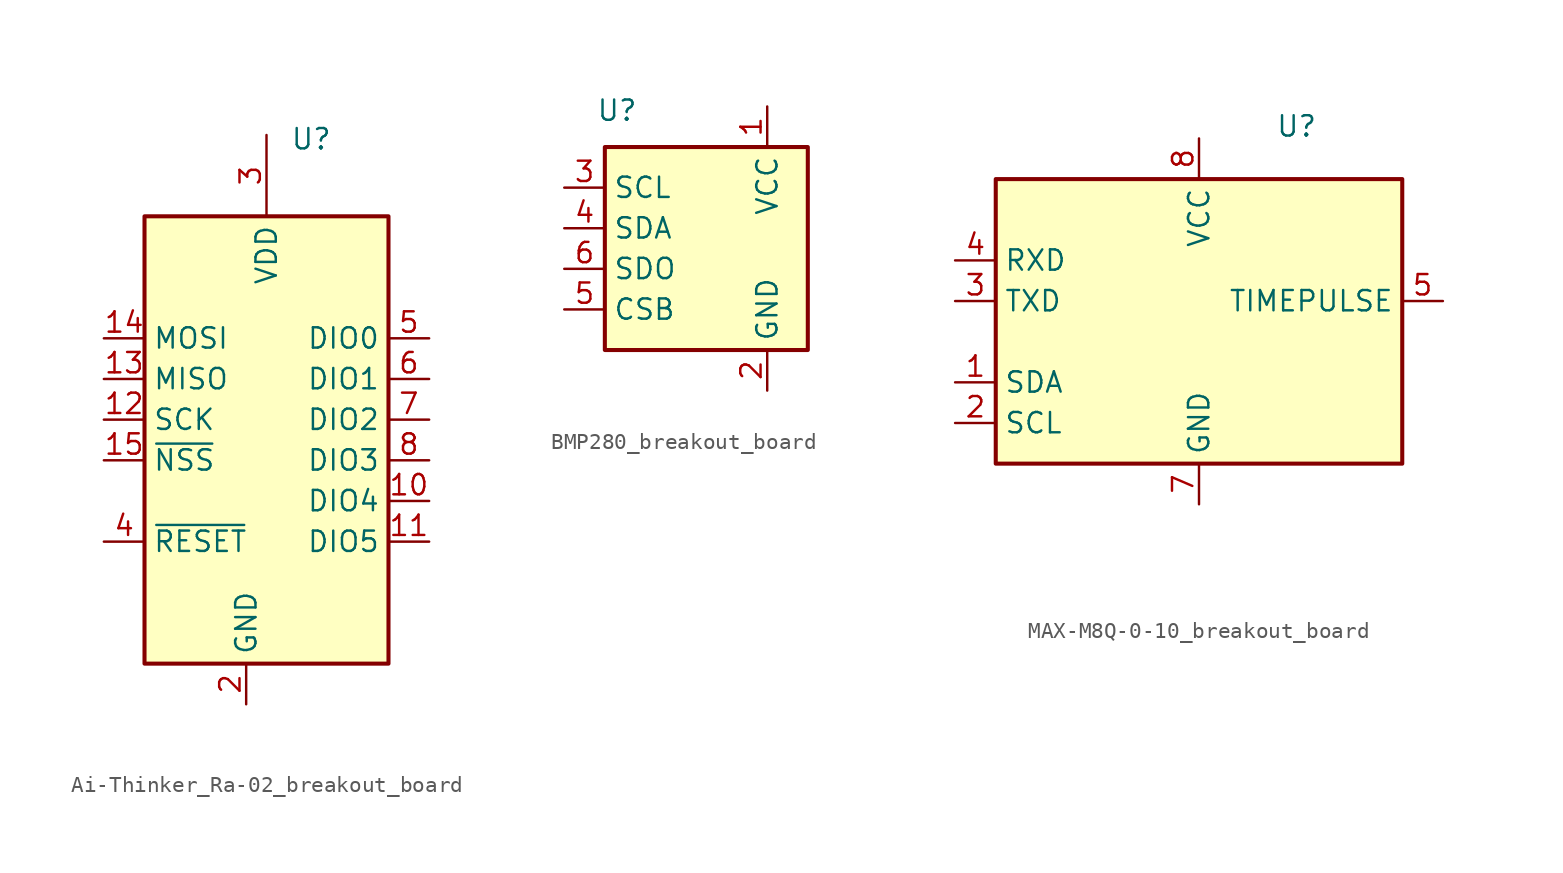
<source format=kicad_sym>
(kicad_symbol_lib
  (version 20231120)
  (generator "kicad_symbol_editor")
  (generator_version "8.0")
  (symbol "Ai-Thinker_Ra-02_breakout_board"
    (property "Reference" "U"
      (at 2.794 17.526 0)
      (effects (font (size 1.27 1.27))))
    (property "Value" ""
      (at -8.89 15.24 0)
      (effects (font (size 1.27 1.27))))
    (symbol "Ai-Thinker_Ra-02_breakout_board_0_1"
      (rectangle (start -7.62 12.7) (end 7.62 -15.24) (stroke (width 0.254) (type default)) (fill (type background))))
    (symbol "Ai-Thinker_Ra-02_breakout_board_1_1"
      (pin passive line (at -3.81 -17.78 90) (length 2.54) hide (name "GND" (effects (font (size 1.27 1.27)))) (number "1" (effects (font (size 1.27 1.27)))))
      (pin bidirectional line (at 10.16 -5.08 180) (length 2.54) (name "DIO4" (effects (font (size 1.27 1.27)))) (number "10" (effects (font (size 1.27 1.27)))))
      (pin bidirectional line (at 10.16 -7.62 180) (length 2.54) (name "DIO5" (effects (font (size 1.27 1.27)))) (number "11" (effects (font (size 1.27 1.27)))))
      (pin input line (at -10.16 0 0) (length 2.54) (name "SCK" (effects (font (size 1.27 1.27)))) (number "12" (effects (font (size 1.27 1.27)))))
      (pin output line (at -10.16 2.54 0) (length 2.54) (name "MISO" (effects (font (size 1.27 1.27)))) (number "13" (effects (font (size 1.27 1.27)))))
      (pin input line (at -10.16 5.08 0) (length 2.54) (name "MOSI" (effects (font (size 1.27 1.27)))) (number "14" (effects (font (size 1.27 1.27)))))
      (pin input line (at -10.16 -2.54 0) (length 2.54) (name "~{NSS}" (effects (font (size 1.27 1.27)))) (number "15" (effects (font (size 1.27 1.27)))))
      (pin passive line (at 3.81 -17.78 90) (length 2.54) hide (name "GND" (effects (font (size 1.27 1.27)))) (number "16" (effects (font (size 1.27 1.27)))))
      (pin power_in line (at -1.27 -17.78 90) (length 2.54) (name "GND" (effects (font (size 1.27 1.27)))) (number "2" (effects (font (size 1.27 1.27)))))
      (pin power_in line (at 0 17.78 270) (length 5.08) (name "VDD" (effects (font (size 1.27 1.27)))) (number "3" (effects (font (size 1.27 1.27)))))
      (pin input line (at -10.16 -7.62 0) (length 2.54) (name "~{RESET}" (effects (font (size 1.27 1.27)))) (number "4" (effects (font (size 1.27 1.27)))))
      (pin bidirectional line (at 10.16 5.08 180) (length 2.54) (name "DIO0" (effects (font (size 1.27 1.27)))) (number "5" (effects (font (size 1.27 1.27)))))
      (pin bidirectional line (at 10.16 2.54 180) (length 2.54) (name "DIO1" (effects (font (size 1.27 1.27)))) (number "6" (effects (font (size 1.27 1.27)))))
      (pin bidirectional line (at 10.16 0 180) (length 2.54) (name "DIO2" (effects (font (size 1.27 1.27)))) (number "7" (effects (font (size 1.27 1.27)))))
      (pin bidirectional line (at 10.16 -2.54 180) (length 2.54) (name "DIO3" (effects (font (size 1.27 1.27)))) (number "8" (effects (font (size 1.27 1.27)))))
      (pin passive line (at 1.27 -17.78 90) (length 2.54) hide (name "GND" (effects (font (size 1.27 1.27)))) (number "9" (effects (font (size 1.27 1.27)))))))
  (symbol "BMP280_breakout_board"
    (property "Reference" "U"
      (at -5.588 8.636 0)
      (effects (font (size 1.27 1.27))))
    (property "Value" ""
      (at -7.62 -3.81 0)
      (effects (font (size 1.27 1.27))))
    (symbol "BMP280_breakout_board_0_1"
      (rectangle (start -6.35 -6.35) (end 6.35 6.35) (stroke (width 0.254) (type default)) (fill (type background))))
    (symbol "BMP280_breakout_board_1_1"
      (pin power_in line (at 3.81 8.89 270) (length 2.54) (name "VCC" (effects (font (size 1.27 1.27)))) (number "1" (effects (font (size 1.27 1.27)))))
      (pin power_in line (at 3.81 -8.89 90) (length 2.54) (name "GND" (effects (font (size 1.27 1.27)))) (number "2" (effects (font (size 1.27 1.27)))))
      (pin input line (at -8.89 3.81 0) (length 2.54) (name "SCL" (effects (font (size 1.27 1.27)))) (number "3" (effects (font (size 1.27 1.27)))))
      (pin bidirectional line (at -8.89 1.27 0) (length 2.54) (name "SDA" (effects (font (size 1.27 1.27)))) (number "4" (effects (font (size 1.27 1.27)))))
      (pin input line (at -8.89 -3.81 0) (length 2.54) (name "CSB" (effects (font (size 1.27 1.27)))) (number "5" (effects (font (size 1.27 1.27)))))
      (pin bidirectional line (at -8.89 -1.27 0) (length 2.54) (name "SDO" (effects (font (size 1.27 1.27)))) (number "6" (effects (font (size 1.27 1.27)))))))
  (symbol "MAX-M8Q-0-10_breakout_board"
    (property "Reference" "U"
      (at 6.096 18.542 0)
      (effects (font (size 1.27 1.27))))
    (property "Value" ""
      (at -15.24 -8.89 0)
      (effects (font (size 1.27 1.27))))
    (symbol "MAX-M8Q-0-10_breakout_board_0_1"
      (rectangle (start -12.7 15.24) (end 12.7 -2.54) (stroke (width 0.254) (type default)) (fill (type background))))
    (symbol "MAX-M8Q-0-10_breakout_board_1_1"
      (pin bidirectional line (at -15.24 2.54 0) (length 2.54) (name "SDA" (effects (font (size 1.27 1.27)))) (number "1" (effects (font (size 1.27 1.27)))))
      (pin input line (at -15.24 0 0) (length 2.54) (name "SCL" (effects (font (size 1.27 1.27)))) (number "2" (effects (font (size 1.27 1.27)))))
      (pin output line (at -15.24 7.62 0) (length 2.54) (name "TXD" (effects (font (size 1.27 1.27)))) (number "3" (effects (font (size 1.27 1.27)))))
      (pin input line (at -15.24 10.16 0) (length 2.54) (name "RXD" (effects (font (size 1.27 1.27)))) (number "4" (effects (font (size 1.27 1.27)))))
      (pin output line (at 15.24 7.62 180) (length 2.54) (name "TIMEPULSE" (effects (font (size 1.27 1.27)))) (number "5" (effects (font (size 1.27 1.27)))))
      (pin no_connect line (at 12.7 10.16 180) (length 2.54) hide (name "NC" (effects (font (size 1.27 1.27)))) (number "6" (effects (font (size 1.27 1.27)))))
      (pin power_in line (at 0 -5.08 90) (length 2.54) (name "GND" (effects (font (size 1.27 1.27)))) (number "7" (effects (font (size 1.27 1.27)))))
      (pin power_in line (at 0 17.78 270) (length 2.54) (name "VCC" (effects (font (size 1.27 1.27)))) (number "8" (effects (font (size 1.27 1.27))))))))
</source>
